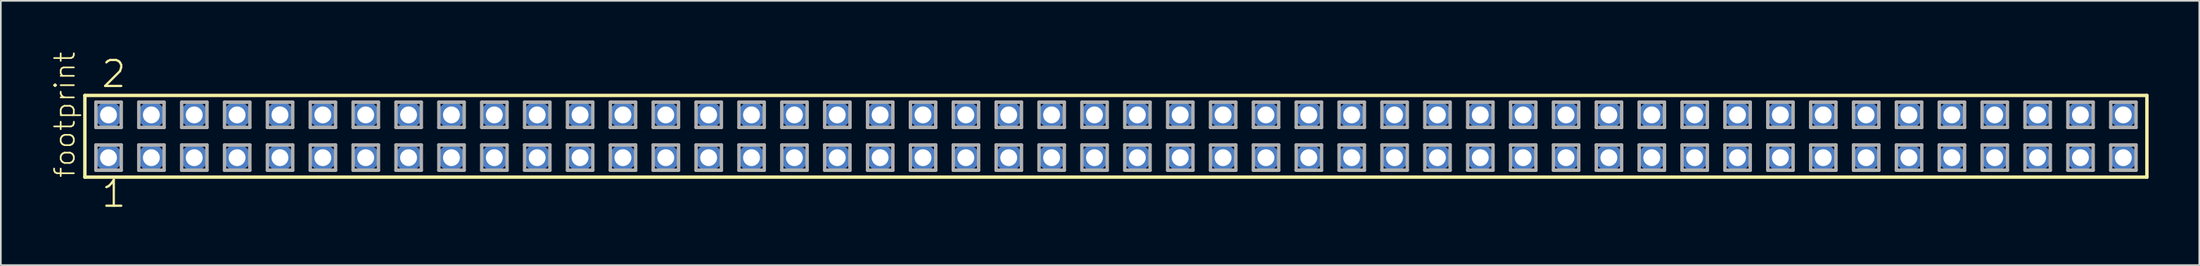
<source format=kicad_pcb>
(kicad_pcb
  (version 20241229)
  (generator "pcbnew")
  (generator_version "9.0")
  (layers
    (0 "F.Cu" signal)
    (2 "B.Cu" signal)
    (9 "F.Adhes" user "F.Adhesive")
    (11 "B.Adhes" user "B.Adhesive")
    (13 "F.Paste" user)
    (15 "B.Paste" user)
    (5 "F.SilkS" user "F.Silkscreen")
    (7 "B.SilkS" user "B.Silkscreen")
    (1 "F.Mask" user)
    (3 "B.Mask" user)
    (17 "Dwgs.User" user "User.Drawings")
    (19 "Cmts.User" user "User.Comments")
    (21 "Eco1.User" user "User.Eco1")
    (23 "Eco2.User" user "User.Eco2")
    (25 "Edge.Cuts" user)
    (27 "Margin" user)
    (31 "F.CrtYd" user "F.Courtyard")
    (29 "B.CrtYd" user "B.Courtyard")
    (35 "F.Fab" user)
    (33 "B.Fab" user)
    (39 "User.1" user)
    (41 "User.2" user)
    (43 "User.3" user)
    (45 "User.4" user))
  (footprint "footprint"
    (layer "F.Cu")
    (at 63.068 5.042)
    (property "Reference" "footprint" (at -61.595 2.54 90) (layer "F.SilkS") (effects (font (size 1.168 1.168) (thickness 0.102)) (justify left bottom)))
    (fp_line (start -61.089 -2.425) (end 61.089 -2.425) (stroke (width 0.203) (type solid)) (layer "F.SilkS"))
    (fp_line (start -61.089 2.425) (end -61.089 -2.425) (stroke (width 0.203) (type solid)) (layer "F.SilkS"))
    (fp_line (start 61.089 -2.425) (end 61.089 2.425) (stroke (width 0.203) (type solid)) (layer "F.SilkS"))
    (fp_line (start 61.089 2.425) (end -61.089 2.425) (stroke (width 0.203) (type solid)) (layer "F.SilkS"))
    (fp_line (start -60.435 -2.025) (end -58.935 -2.025) (stroke (width 0.203) (type solid)) (layer "F.Fab"))
    (fp_line (start -60.435 -0.525) (end -60.435 -2.025) (stroke (width 0.203) (type solid)) (layer "F.Fab"))
    (fp_line (start -60.435 0.515) (end -58.935 0.515) (stroke (width 0.203) (type solid)) (layer "F.Fab"))
    (fp_line (start -60.435 2.015) (end -60.435 0.515) (stroke (width 0.203) (type solid)) (layer "F.Fab"))
    (fp_line (start -58.935 -2.025) (end -58.935 -0.525) (stroke (width 0.203) (type solid)) (layer "F.Fab"))
    (fp_line (start -58.935 -0.525) (end -60.435 -0.525) (stroke (width 0.203) (type solid)) (layer "F.Fab"))
    (fp_line (start -58.935 0.515) (end -58.935 2.015) (stroke (width 0.203) (type solid)) (layer "F.Fab"))
    (fp_line (start -58.935 2.015) (end -60.435 2.015) (stroke (width 0.203) (type solid)) (layer "F.Fab"))
    (fp_line (start -57.895 -2.025) (end -56.395 -2.025) (stroke (width 0.203) (type solid)) (layer "F.Fab"))
    (fp_line (start -57.895 -0.525) (end -57.895 -2.025) (stroke (width 0.203) (type solid)) (layer "F.Fab"))
    (fp_line (start -57.895 0.515) (end -56.395 0.515) (stroke (width 0.203) (type solid)) (layer "F.Fab"))
    (fp_line (start -57.895 2.015) (end -57.895 0.515) (stroke (width 0.203) (type solid)) (layer "F.Fab"))
    (fp_line (start -56.395 -2.025) (end -56.395 -0.525) (stroke (width 0.203) (type solid)) (layer "F.Fab"))
    (fp_line (start -56.395 -0.525) (end -57.895 -0.525) (stroke (width 0.203) (type solid)) (layer "F.Fab"))
    (fp_line (start -56.395 0.515) (end -56.395 2.015) (stroke (width 0.203) (type solid)) (layer "F.Fab"))
    (fp_line (start -56.395 2.015) (end -57.895 2.015) (stroke (width 0.203) (type solid)) (layer "F.Fab"))
    (fp_line (start -55.355 -2.025) (end -53.855 -2.025) (stroke (width 0.203) (type solid)) (layer "F.Fab"))
    (fp_line (start -55.355 -0.525) (end -55.355 -2.025) (stroke (width 0.203) (type solid)) (layer "F.Fab"))
    (fp_line (start -55.355 0.515) (end -53.855 0.515) (stroke (width 0.203) (type solid)) (layer "F.Fab"))
    (fp_line (start -55.355 2.015) (end -55.355 0.515) (stroke (width 0.203) (type solid)) (layer "F.Fab"))
    (fp_line (start -53.855 -2.025) (end -53.855 -0.525) (stroke (width 0.203) (type solid)) (layer "F.Fab"))
    (fp_line (start -53.855 -0.525) (end -55.355 -0.525) (stroke (width 0.203) (type solid)) (layer "F.Fab"))
    (fp_line (start -53.855 0.515) (end -53.855 2.015) (stroke (width 0.203) (type solid)) (layer "F.Fab"))
    (fp_line (start -53.855 2.015) (end -55.355 2.015) (stroke (width 0.203) (type solid)) (layer "F.Fab"))
    (fp_line (start -52.815 -2.025) (end -51.315 -2.025) (stroke (width 0.203) (type solid)) (layer "F.Fab"))
    (fp_line (start -52.815 -0.525) (end -52.815 -2.025) (stroke (width 0.203) (type solid)) (layer "F.Fab"))
    (fp_line (start -52.815 0.515) (end -51.315 0.515) (stroke (width 0.203) (type solid)) (layer "F.Fab"))
    (fp_line (start -52.815 2.015) (end -52.815 0.515) (stroke (width 0.203) (type solid)) (layer "F.Fab"))
    (fp_line (start -51.315 -2.025) (end -51.315 -0.525) (stroke (width 0.203) (type solid)) (layer "F.Fab"))
    (fp_line (start -51.315 -0.525) (end -52.815 -0.525) (stroke (width 0.203) (type solid)) (layer "F.Fab"))
    (fp_line (start -51.315 0.515) (end -51.315 2.015) (stroke (width 0.203) (type solid)) (layer "F.Fab"))
    (fp_line (start -51.315 2.015) (end -52.815 2.015) (stroke (width 0.203) (type solid)) (layer "F.Fab"))
    (fp_line (start -50.275 -2.025) (end -48.775 -2.025) (stroke (width 0.203) (type solid)) (layer "F.Fab"))
    (fp_line (start -50.275 -0.525) (end -50.275 -2.025) (stroke (width 0.203) (type solid)) (layer "F.Fab"))
    (fp_line (start -50.275 0.515) (end -48.775 0.515) (stroke (width 0.203) (type solid)) (layer "F.Fab"))
    (fp_line (start -50.275 2.015) (end -50.275 0.515) (stroke (width 0.203) (type solid)) (layer "F.Fab"))
    (fp_line (start -48.775 -2.025) (end -48.775 -0.525) (stroke (width 0.203) (type solid)) (layer "F.Fab"))
    (fp_line (start -48.775 -0.525) (end -50.275 -0.525) (stroke (width 0.203) (type solid)) (layer "F.Fab"))
    (fp_line (start -48.775 0.515) (end -48.775 2.015) (stroke (width 0.203) (type solid)) (layer "F.Fab"))
    (fp_line (start -48.775 2.015) (end -50.275 2.015) (stroke (width 0.203) (type solid)) (layer "F.Fab"))
    (fp_line (start -47.735 -2.025) (end -46.235 -2.025) (stroke (width 0.203) (type solid)) (layer "F.Fab"))
    (fp_line (start -47.735 -0.525) (end -47.735 -2.025) (stroke (width 0.203) (type solid)) (layer "F.Fab"))
    (fp_line (start -47.735 0.515) (end -46.235 0.515) (stroke (width 0.203) (type solid)) (layer "F.Fab"))
    (fp_line (start -47.735 2.015) (end -47.735 0.515) (stroke (width 0.203) (type solid)) (layer "F.Fab"))
    (fp_line (start -46.235 -2.025) (end -46.235 -0.525) (stroke (width 0.203) (type solid)) (layer "F.Fab"))
    (fp_line (start -46.235 -0.525) (end -47.735 -0.525) (stroke (width 0.203) (type solid)) (layer "F.Fab"))
    (fp_line (start -46.235 0.515) (end -46.235 2.015) (stroke (width 0.203) (type solid)) (layer "F.Fab"))
    (fp_line (start -46.235 2.015) (end -47.735 2.015) (stroke (width 0.203) (type solid)) (layer "F.Fab"))
    (fp_line (start -45.195 -2.025) (end -43.695 -2.025) (stroke (width 0.203) (type solid)) (layer "F.Fab"))
    (fp_line (start -45.195 -0.525) (end -45.195 -2.025) (stroke (width 0.203) (type solid)) (layer "F.Fab"))
    (fp_line (start -45.195 0.515) (end -43.695 0.515) (stroke (width 0.203) (type solid)) (layer "F.Fab"))
    (fp_line (start -45.195 2.015) (end -45.195 0.515) (stroke (width 0.203) (type solid)) (layer "F.Fab"))
    (fp_line (start -43.695 -2.025) (end -43.695 -0.525) (stroke (width 0.203) (type solid)) (layer "F.Fab"))
    (fp_line (start -43.695 -0.525) (end -45.195 -0.525) (stroke (width 0.203) (type solid)) (layer "F.Fab"))
    (fp_line (start -43.695 0.515) (end -43.695 2.015) (stroke (width 0.203) (type solid)) (layer "F.Fab"))
    (fp_line (start -43.695 2.015) (end -45.195 2.015) (stroke (width 0.203) (type solid)) (layer "F.Fab"))
    (fp_line (start -42.655 -2.025) (end -41.155 -2.025) (stroke (width 0.203) (type solid)) (layer "F.Fab"))
    (fp_line (start -42.655 -0.525) (end -42.655 -2.025) (stroke (width 0.203) (type solid)) (layer "F.Fab"))
    (fp_line (start -42.655 0.515) (end -41.155 0.515) (stroke (width 0.203) (type solid)) (layer "F.Fab"))
    (fp_line (start -42.655 2.015) (end -42.655 0.515) (stroke (width 0.203) (type solid)) (layer "F.Fab"))
    (fp_line (start -41.155 -2.025) (end -41.155 -0.525) (stroke (width 0.203) (type solid)) (layer "F.Fab"))
    (fp_line (start -41.155 -0.525) (end -42.655 -0.525) (stroke (width 0.203) (type solid)) (layer "F.Fab"))
    (fp_line (start -41.155 0.515) (end -41.155 2.015) (stroke (width 0.203) (type solid)) (layer "F.Fab"))
    (fp_line (start -41.155 2.015) (end -42.655 2.015) (stroke (width 0.203) (type solid)) (layer "F.Fab"))
    (fp_line (start -40.115 -2.025) (end -38.615 -2.025) (stroke (width 0.203) (type solid)) (layer "F.Fab"))
    (fp_line (start -40.115 -0.525) (end -40.115 -2.025) (stroke (width 0.203) (type solid)) (layer "F.Fab"))
    (fp_line (start -40.115 0.515) (end -38.615 0.515) (stroke (width 0.203) (type solid)) (layer "F.Fab"))
    (fp_line (start -40.115 2.015) (end -40.115 0.515) (stroke (width 0.203) (type solid)) (layer "F.Fab"))
    (fp_line (start -38.615 -2.025) (end -38.615 -0.525) (stroke (width 0.203) (type solid)) (layer "F.Fab"))
    (fp_line (start -38.615 -0.525) (end -40.115 -0.525) (stroke (width 0.203) (type solid)) (layer "F.Fab"))
    (fp_line (start -38.615 0.515) (end -38.615 2.015) (stroke (width 0.203) (type solid)) (layer "F.Fab"))
    (fp_line (start -38.615 2.015) (end -40.115 2.015) (stroke (width 0.203) (type solid)) (layer "F.Fab"))
    (fp_line (start -37.575 -2.025) (end -36.075 -2.025) (stroke (width 0.203) (type solid)) (layer "F.Fab"))
    (fp_line (start -37.575 -0.525) (end -37.575 -2.025) (stroke (width 0.203) (type solid)) (layer "F.Fab"))
    (fp_line (start -37.575 0.515) (end -36.075 0.515) (stroke (width 0.203) (type solid)) (layer "F.Fab"))
    (fp_line (start -37.575 2.015) (end -37.575 0.515) (stroke (width 0.203) (type solid)) (layer "F.Fab"))
    (fp_line (start -36.075 -2.025) (end -36.075 -0.525) (stroke (width 0.203) (type solid)) (layer "F.Fab"))
    (fp_line (start -36.075 -0.525) (end -37.575 -0.525) (stroke (width 0.203) (type solid)) (layer "F.Fab"))
    (fp_line (start -36.075 0.515) (end -36.075 2.015) (stroke (width 0.203) (type solid)) (layer "F.Fab"))
    (fp_line (start -36.075 2.015) (end -37.575 2.015) (stroke (width 0.203) (type solid)) (layer "F.Fab"))
    (fp_line (start -35.035 -2.025) (end -33.535 -2.025) (stroke (width 0.203) (type solid)) (layer "F.Fab"))
    (fp_line (start -35.035 -0.525) (end -35.035 -2.025) (stroke (width 0.203) (type solid)) (layer "F.Fab"))
    (fp_line (start -35.035 0.515) (end -33.535 0.515) (stroke (width 0.203) (type solid)) (layer "F.Fab"))
    (fp_line (start -35.035 2.015) (end -35.035 0.515) (stroke (width 0.203) (type solid)) (layer "F.Fab"))
    (fp_line (start -33.535 -2.025) (end -33.535 -0.525) (stroke (width 0.203) (type solid)) (layer "F.Fab"))
    (fp_line (start -33.535 -0.525) (end -35.035 -0.525) (stroke (width 0.203) (type solid)) (layer "F.Fab"))
    (fp_line (start -33.535 0.515) (end -33.535 2.015) (stroke (width 0.203) (type solid)) (layer "F.Fab"))
    (fp_line (start -33.535 2.015) (end -35.035 2.015) (stroke (width 0.203) (type solid)) (layer "F.Fab"))
    (fp_line (start -32.495 -2.025) (end -30.995 -2.025) (stroke (width 0.203) (type solid)) (layer "F.Fab"))
    (fp_line (start -32.495 -0.525) (end -32.495 -2.025) (stroke (width 0.203) (type solid)) (layer "F.Fab"))
    (fp_line (start -32.495 0.515) (end -30.995 0.515) (stroke (width 0.203) (type solid)) (layer "F.Fab"))
    (fp_line (start -32.495 2.015) (end -32.495 0.515) (stroke (width 0.203) (type solid)) (layer "F.Fab"))
    (fp_line (start -30.995 -2.025) (end -30.995 -0.525) (stroke (width 0.203) (type solid)) (layer "F.Fab"))
    (fp_line (start -30.995 -0.525) (end -32.495 -0.525) (stroke (width 0.203) (type solid)) (layer "F.Fab"))
    (fp_line (start -30.995 0.515) (end -30.995 2.015) (stroke (width 0.203) (type solid)) (layer "F.Fab"))
    (fp_line (start -30.995 2.015) (end -32.495 2.015) (stroke (width 0.203) (type solid)) (layer "F.Fab"))
    (fp_line (start -29.955 -2.025) (end -28.455 -2.025) (stroke (width 0.203) (type solid)) (layer "F.Fab"))
    (fp_line (start -29.955 -0.525) (end -29.955 -2.025) (stroke (width 0.203) (type solid)) (layer "F.Fab"))
    (fp_line (start -29.955 0.515) (end -28.455 0.515) (stroke (width 0.203) (type solid)) (layer "F.Fab"))
    (fp_line (start -29.955 2.015) (end -29.955 0.515) (stroke (width 0.203) (type solid)) (layer "F.Fab"))
    (fp_line (start -28.455 -2.025) (end -28.455 -0.525) (stroke (width 0.203) (type solid)) (layer "F.Fab"))
    (fp_line (start -28.455 -0.525) (end -29.955 -0.525) (stroke (width 0.203) (type solid)) (layer "F.Fab"))
    (fp_line (start -28.455 0.515) (end -28.455 2.015) (stroke (width 0.203) (type solid)) (layer "F.Fab"))
    (fp_line (start -28.455 2.015) (end -29.955 2.015) (stroke (width 0.203) (type solid)) (layer "F.Fab"))
    (fp_line (start -27.415 -2.025) (end -25.915 -2.025) (stroke (width 0.203) (type solid)) (layer "F.Fab"))
    (fp_line (start -27.415 -0.525) (end -27.415 -2.025) (stroke (width 0.203) (type solid)) (layer "F.Fab"))
    (fp_line (start -27.415 0.515) (end -25.915 0.515) (stroke (width 0.203) (type solid)) (layer "F.Fab"))
    (fp_line (start -27.415 2.015) (end -27.415 0.515) (stroke (width 0.203) (type solid)) (layer "F.Fab"))
    (fp_line (start -25.915 -2.025) (end -25.915 -0.525) (stroke (width 0.203) (type solid)) (layer "F.Fab"))
    (fp_line (start -25.915 -0.525) (end -27.415 -0.525) (stroke (width 0.203) (type solid)) (layer "F.Fab"))
    (fp_line (start -25.915 0.515) (end -25.915 2.015) (stroke (width 0.203) (type solid)) (layer "F.Fab"))
    (fp_line (start -25.915 2.015) (end -27.415 2.015) (stroke (width 0.203) (type solid)) (layer "F.Fab"))
    (fp_line (start -24.875 -2.025) (end -23.375 -2.025) (stroke (width 0.203) (type solid)) (layer "F.Fab"))
    (fp_line (start -24.875 -0.525) (end -24.875 -2.025) (stroke (width 0.203) (type solid)) (layer "F.Fab"))
    (fp_line (start -24.875 0.515) (end -23.375 0.515) (stroke (width 0.203) (type solid)) (layer "F.Fab"))
    (fp_line (start -24.875 2.015) (end -24.875 0.515) (stroke (width 0.203) (type solid)) (layer "F.Fab"))
    (fp_line (start -23.375 -2.025) (end -23.375 -0.525) (stroke (width 0.203) (type solid)) (layer "F.Fab"))
    (fp_line (start -23.375 -0.525) (end -24.875 -0.525) (stroke (width 0.203) (type solid)) (layer "F.Fab"))
    (fp_line (start -23.375 0.515) (end -23.375 2.015) (stroke (width 0.203) (type solid)) (layer "F.Fab"))
    (fp_line (start -23.375 2.015) (end -24.875 2.015) (stroke (width 0.203) (type solid)) (layer "F.Fab"))
    (fp_line (start -22.335 -2.025) (end -20.835 -2.025) (stroke (width 0.203) (type solid)) (layer "F.Fab"))
    (fp_line (start -22.335 -0.525) (end -22.335 -2.025) (stroke (width 0.203) (type solid)) (layer "F.Fab"))
    (fp_line (start -22.335 0.515) (end -20.835 0.515) (stroke (width 0.203) (type solid)) (layer "F.Fab"))
    (fp_line (start -22.335 2.015) (end -22.335 0.515) (stroke (width 0.203) (type solid)) (layer "F.Fab"))
    (fp_line (start -20.835 -2.025) (end -20.835 -0.525) (stroke (width 0.203) (type solid)) (layer "F.Fab"))
    (fp_line (start -20.835 -0.525) (end -22.335 -0.525) (stroke (width 0.203) (type solid)) (layer "F.Fab"))
    (fp_line (start -20.835 0.515) (end -20.835 2.015) (stroke (width 0.203) (type solid)) (layer "F.Fab"))
    (fp_line (start -20.835 2.015) (end -22.335 2.015) (stroke (width 0.203) (type solid)) (layer "F.Fab"))
    (fp_line (start -19.795 -2.025) (end -18.295 -2.025) (stroke (width 0.203) (type solid)) (layer "F.Fab"))
    (fp_line (start -19.795 -0.525) (end -19.795 -2.025) (stroke (width 0.203) (type solid)) (layer "F.Fab"))
    (fp_line (start -19.795 0.515) (end -18.295 0.515) (stroke (width 0.203) (type solid)) (layer "F.Fab"))
    (fp_line (start -19.795 2.015) (end -19.795 0.515) (stroke (width 0.203) (type solid)) (layer "F.Fab"))
    (fp_line (start -18.295 -2.025) (end -18.295 -0.525) (stroke (width 0.203) (type solid)) (layer "F.Fab"))
    (fp_line (start -18.295 -0.525) (end -19.795 -0.525) (stroke (width 0.203) (type solid)) (layer "F.Fab"))
    (fp_line (start -18.295 0.515) (end -18.295 2.015) (stroke (width 0.203) (type solid)) (layer "F.Fab"))
    (fp_line (start -18.295 2.015) (end -19.795 2.015) (stroke (width 0.203) (type solid)) (layer "F.Fab"))
    (fp_line (start -17.255 -2.025) (end -15.755 -2.025) (stroke (width 0.203) (type solid)) (layer "F.Fab"))
    (fp_line (start -17.255 -0.525) (end -17.255 -2.025) (stroke (width 0.203) (type solid)) (layer "F.Fab"))
    (fp_line (start -17.255 0.515) (end -15.755 0.515) (stroke (width 0.203) (type solid)) (layer "F.Fab"))
    (fp_line (start -17.255 2.015) (end -17.255 0.515) (stroke (width 0.203) (type solid)) (layer "F.Fab"))
    (fp_line (start -15.755 -2.025) (end -15.755 -0.525) (stroke (width 0.203) (type solid)) (layer "F.Fab"))
    (fp_line (start -15.755 -0.525) (end -17.255 -0.525) (stroke (width 0.203) (type solid)) (layer "F.Fab"))
    (fp_line (start -15.755 0.515) (end -15.755 2.015) (stroke (width 0.203) (type solid)) (layer "F.Fab"))
    (fp_line (start -15.755 2.015) (end -17.255 2.015) (stroke (width 0.203) (type solid)) (layer "F.Fab"))
    (fp_line (start -14.715 -2.025) (end -13.215 -2.025) (stroke (width 0.203) (type solid)) (layer "F.Fab"))
    (fp_line (start -14.715 -0.525) (end -14.715 -2.025) (stroke (width 0.203) (type solid)) (layer "F.Fab"))
    (fp_line (start -14.715 0.515) (end -13.215 0.515) (stroke (width 0.203) (type solid)) (layer "F.Fab"))
    (fp_line (start -14.715 2.015) (end -14.715 0.515) (stroke (width 0.203) (type solid)) (layer "F.Fab"))
    (fp_line (start -13.215 -2.025) (end -13.215 -0.525) (stroke (width 0.203) (type solid)) (layer "F.Fab"))
    (fp_line (start -13.215 -0.525) (end -14.715 -0.525) (stroke (width 0.203) (type solid)) (layer "F.Fab"))
    (fp_line (start -13.215 0.515) (end -13.215 2.015) (stroke (width 0.203) (type solid)) (layer "F.Fab"))
    (fp_line (start -13.215 2.015) (end -14.715 2.015) (stroke (width 0.203) (type solid)) (layer "F.Fab"))
    (fp_line (start -12.175 -2.025) (end -10.675 -2.025) (stroke (width 0.203) (type solid)) (layer "F.Fab"))
    (fp_line (start -12.175 -0.525) (end -12.175 -2.025) (stroke (width 0.203) (type solid)) (layer "F.Fab"))
    (fp_line (start -12.175 0.515) (end -10.675 0.515) (stroke (width 0.203) (type solid)) (layer "F.Fab"))
    (fp_line (start -12.175 2.015) (end -12.175 0.515) (stroke (width 0.203) (type solid)) (layer "F.Fab"))
    (fp_line (start -10.675 -2.025) (end -10.675 -0.525) (stroke (width 0.203) (type solid)) (layer "F.Fab"))
    (fp_line (start -10.675 -0.525) (end -12.175 -0.525) (stroke (width 0.203) (type solid)) (layer "F.Fab"))
    (fp_line (start -10.675 0.515) (end -10.675 2.015) (stroke (width 0.203) (type solid)) (layer "F.Fab"))
    (fp_line (start -10.675 2.015) (end -12.175 2.015) (stroke (width 0.203) (type solid)) (layer "F.Fab"))
    (fp_line (start -9.635 -2.025) (end -8.135 -2.025) (stroke (width 0.203) (type solid)) (layer "F.Fab"))
    (fp_line (start -9.635 -0.525) (end -9.635 -2.025) (stroke (width 0.203) (type solid)) (layer "F.Fab"))
    (fp_line (start -9.635 0.515) (end -8.135 0.515) (stroke (width 0.203) (type solid)) (layer "F.Fab"))
    (fp_line (start -9.635 2.015) (end -9.635 0.515) (stroke (width 0.203) (type solid)) (layer "F.Fab"))
    (fp_line (start -8.135 -2.025) (end -8.135 -0.525) (stroke (width 0.203) (type solid)) (layer "F.Fab"))
    (fp_line (start -8.135 -0.525) (end -9.635 -0.525) (stroke (width 0.203) (type solid)) (layer "F.Fab"))
    (fp_line (start -8.135 0.515) (end -8.135 2.015) (stroke (width 0.203) (type solid)) (layer "F.Fab"))
    (fp_line (start -8.135 2.015) (end -9.635 2.015) (stroke (width 0.203) (type solid)) (layer "F.Fab"))
    (fp_line (start -7.095 -2.025) (end -5.595 -2.025) (stroke (width 0.203) (type solid)) (layer "F.Fab"))
    (fp_line (start -7.095 -0.525) (end -7.095 -2.025) (stroke (width 0.203) (type solid)) (layer "F.Fab"))
    (fp_line (start -7.095 0.515) (end -5.595 0.515) (stroke (width 0.203) (type solid)) (layer "F.Fab"))
    (fp_line (start -7.095 2.015) (end -7.095 0.515) (stroke (width 0.203) (type solid)) (layer "F.Fab"))
    (fp_line (start -5.595 -2.025) (end -5.595 -0.525) (stroke (width 0.203) (type solid)) (layer "F.Fab"))
    (fp_line (start -5.595 -0.525) (end -7.095 -0.525) (stroke (width 0.203) (type solid)) (layer "F.Fab"))
    (fp_line (start -5.595 0.515) (end -5.595 2.015) (stroke (width 0.203) (type solid)) (layer "F.Fab"))
    (fp_line (start -5.595 2.015) (end -7.095 2.015) (stroke (width 0.203) (type solid)) (layer "F.Fab"))
    (fp_line (start -4.555 -2.025) (end -3.055 -2.025) (stroke (width 0.203) (type solid)) (layer "F.Fab"))
    (fp_line (start -4.555 -0.525) (end -4.555 -2.025) (stroke (width 0.203) (type solid)) (layer "F.Fab"))
    (fp_line (start -4.555 0.515) (end -3.055 0.515) (stroke (width 0.203) (type solid)) (layer "F.Fab"))
    (fp_line (start -4.555 2.015) (end -4.555 0.515) (stroke (width 0.203) (type solid)) (layer "F.Fab"))
    (fp_line (start -3.055 -2.025) (end -3.055 -0.525) (stroke (width 0.203) (type solid)) (layer "F.Fab"))
    (fp_line (start -3.055 -0.525) (end -4.555 -0.525) (stroke (width 0.203) (type solid)) (layer "F.Fab"))
    (fp_line (start -3.055 0.515) (end -3.055 2.015) (stroke (width 0.203) (type solid)) (layer "F.Fab"))
    (fp_line (start -3.055 2.015) (end -4.555 2.015) (stroke (width 0.203) (type solid)) (layer "F.Fab"))
    (fp_line (start -2.015 -2.025) (end -0.515 -2.025) (stroke (width 0.203) (type solid)) (layer "F.Fab"))
    (fp_line (start -2.015 -0.525) (end -2.015 -2.025) (stroke (width 0.203) (type solid)) (layer "F.Fab"))
    (fp_line (start -2.015 0.515) (end -0.515 0.515) (stroke (width 0.203) (type solid)) (layer "F.Fab"))
    (fp_line (start -2.015 2.015) (end -2.015 0.515) (stroke (width 0.203) (type solid)) (layer "F.Fab"))
    (fp_line (start -0.515 -2.025) (end -0.515 -0.525) (stroke (width 0.203) (type solid)) (layer "F.Fab"))
    (fp_line (start -0.515 -0.525) (end -2.015 -0.525) (stroke (width 0.203) (type solid)) (layer "F.Fab"))
    (fp_line (start -0.515 0.515) (end -0.515 2.015) (stroke (width 0.203) (type solid)) (layer "F.Fab"))
    (fp_line (start -0.515 2.015) (end -2.015 2.015) (stroke (width 0.203) (type solid)) (layer "F.Fab"))
    (fp_line (start 0.525 -2.025) (end 2.025 -2.025) (stroke (width 0.203) (type solid)) (layer "F.Fab"))
    (fp_line (start 0.525 -0.525) (end 0.525 -2.025) (stroke (width 0.203) (type solid)) (layer "F.Fab"))
    (fp_line (start 0.525 0.515) (end 2.025 0.515) (stroke (width 0.203) (type solid)) (layer "F.Fab"))
    (fp_line (start 0.525 2.015) (end 0.525 0.515) (stroke (width 0.203) (type solid)) (layer "F.Fab"))
    (fp_line (start 2.025 -2.025) (end 2.025 -0.525) (stroke (width 0.203) (type solid)) (layer "F.Fab"))
    (fp_line (start 2.025 -0.525) (end 0.525 -0.525) (stroke (width 0.203) (type solid)) (layer "F.Fab"))
    (fp_line (start 2.025 0.515) (end 2.025 2.015) (stroke (width 0.203) (type solid)) (layer "F.Fab"))
    (fp_line (start 2.025 2.015) (end 0.525 2.015) (stroke (width 0.203) (type solid)) (layer "F.Fab"))
    (fp_line (start 3.065 -2.025) (end 4.565 -2.025) (stroke (width 0.203) (type solid)) (layer "F.Fab"))
    (fp_line (start 3.065 -0.525) (end 3.065 -2.025) (stroke (width 0.203) (type solid)) (layer "F.Fab"))
    (fp_line (start 3.065 0.515) (end 4.565 0.515) (stroke (width 0.203) (type solid)) (layer "F.Fab"))
    (fp_line (start 3.065 2.015) (end 3.065 0.515) (stroke (width 0.203) (type solid)) (layer "F.Fab"))
    (fp_line (start 4.565 -2.025) (end 4.565 -0.525) (stroke (width 0.203) (type solid)) (layer "F.Fab"))
    (fp_line (start 4.565 -0.525) (end 3.065 -0.525) (stroke (width 0.203) (type solid)) (layer "F.Fab"))
    (fp_line (start 4.565 0.515) (end 4.565 2.015) (stroke (width 0.203) (type solid)) (layer "F.Fab"))
    (fp_line (start 4.565 2.015) (end 3.065 2.015) (stroke (width 0.203) (type solid)) (layer "F.Fab"))
    (fp_line (start 5.605 -2.025) (end 7.105 -2.025) (stroke (width 0.203) (type solid)) (layer "F.Fab"))
    (fp_line (start 5.605 -0.525) (end 5.605 -2.025) (stroke (width 0.203) (type solid)) (layer "F.Fab"))
    (fp_line (start 5.605 0.515) (end 7.105 0.515) (stroke (width 0.203) (type solid)) (layer "F.Fab"))
    (fp_line (start 5.605 2.015) (end 5.605 0.515) (stroke (width 0.203) (type solid)) (layer "F.Fab"))
    (fp_line (start 7.105 -2.025) (end 7.105 -0.525) (stroke (width 0.203) (type solid)) (layer "F.Fab"))
    (fp_line (start 7.105 -0.525) (end 5.605 -0.525) (stroke (width 0.203) (type solid)) (layer "F.Fab"))
    (fp_line (start 7.105 0.515) (end 7.105 2.015) (stroke (width 0.203) (type solid)) (layer "F.Fab"))
    (fp_line (start 7.105 2.015) (end 5.605 2.015) (stroke (width 0.203) (type solid)) (layer "F.Fab"))
    (fp_line (start 8.145 -2.025) (end 9.645 -2.025) (stroke (width 0.203) (type solid)) (layer "F.Fab"))
    (fp_line (start 8.145 -0.525) (end 8.145 -2.025) (stroke (width 0.203) (type solid)) (layer "F.Fab"))
    (fp_line (start 8.145 0.515) (end 9.645 0.515) (stroke (width 0.203) (type solid)) (layer "F.Fab"))
    (fp_line (start 8.145 2.015) (end 8.145 0.515) (stroke (width 0.203) (type solid)) (layer "F.Fab"))
    (fp_line (start 9.645 -2.025) (end 9.645 -0.525) (stroke (width 0.203) (type solid)) (layer "F.Fab"))
    (fp_line (start 9.645 -0.525) (end 8.145 -0.525) (stroke (width 0.203) (type solid)) (layer "F.Fab"))
    (fp_line (start 9.645 0.515) (end 9.645 2.015) (stroke (width 0.203) (type solid)) (layer "F.Fab"))
    (fp_line (start 9.645 2.015) (end 8.145 2.015) (stroke (width 0.203) (type solid)) (layer "F.Fab"))
    (fp_line (start 10.685 -2.025) (end 12.185 -2.025) (stroke (width 0.203) (type solid)) (layer "F.Fab"))
    (fp_line (start 10.685 -0.525) (end 10.685 -2.025) (stroke (width 0.203) (type solid)) (layer "F.Fab"))
    (fp_line (start 10.685 0.515) (end 12.185 0.515) (stroke (width 0.203) (type solid)) (layer "F.Fab"))
    (fp_line (start 10.685 2.015) (end 10.685 0.515) (stroke (width 0.203) (type solid)) (layer "F.Fab"))
    (fp_line (start 12.185 -2.025) (end 12.185 -0.525) (stroke (width 0.203) (type solid)) (layer "F.Fab"))
    (fp_line (start 12.185 -0.525) (end 10.685 -0.525) (stroke (width 0.203) (type solid)) (layer "F.Fab"))
    (fp_line (start 12.185 0.515) (end 12.185 2.015) (stroke (width 0.203) (type solid)) (layer "F.Fab"))
    (fp_line (start 12.185 2.015) (end 10.685 2.015) (stroke (width 0.203) (type solid)) (layer "F.Fab"))
    (fp_line (start 13.225 -2.025) (end 14.725 -2.025) (stroke (width 0.203) (type solid)) (layer "F.Fab"))
    (fp_line (start 13.225 -0.525) (end 13.225 -2.025) (stroke (width 0.203) (type solid)) (layer "F.Fab"))
    (fp_line (start 13.225 0.515) (end 14.725 0.515) (stroke (width 0.203) (type solid)) (layer "F.Fab"))
    (fp_line (start 13.225 2.015) (end 13.225 0.515) (stroke (width 0.203) (type solid)) (layer "F.Fab"))
    (fp_line (start 14.725 -2.025) (end 14.725 -0.525) (stroke (width 0.203) (type solid)) (layer "F.Fab"))
    (fp_line (start 14.725 -0.525) (end 13.225 -0.525) (stroke (width 0.203) (type solid)) (layer "F.Fab"))
    (fp_line (start 14.725 0.515) (end 14.725 2.015) (stroke (width 0.203) (type solid)) (layer "F.Fab"))
    (fp_line (start 14.725 2.015) (end 13.225 2.015) (stroke (width 0.203) (type solid)) (layer "F.Fab"))
    (fp_line (start 15.765 -2.025) (end 17.265 -2.025) (stroke (width 0.203) (type solid)) (layer "F.Fab"))
    (fp_line (start 15.765 -0.525) (end 15.765 -2.025) (stroke (width 0.203) (type solid)) (layer "F.Fab"))
    (fp_line (start 15.765 0.515) (end 17.265 0.515) (stroke (width 0.203) (type solid)) (layer "F.Fab"))
    (fp_line (start 15.765 2.015) (end 15.765 0.515) (stroke (width 0.203) (type solid)) (layer "F.Fab"))
    (fp_line (start 17.265 -2.025) (end 17.265 -0.525) (stroke (width 0.203) (type solid)) (layer "F.Fab"))
    (fp_line (start 17.265 -0.525) (end 15.765 -0.525) (stroke (width 0.203) (type solid)) (layer "F.Fab"))
    (fp_line (start 17.265 0.515) (end 17.265 2.015) (stroke (width 0.203) (type solid)) (layer "F.Fab"))
    (fp_line (start 17.265 2.015) (end 15.765 2.015) (stroke (width 0.203) (type solid)) (layer "F.Fab"))
    (fp_line (start 18.305 -2.025) (end 19.805 -2.025) (stroke (width 0.203) (type solid)) (layer "F.Fab"))
    (fp_line (start 18.305 -0.525) (end 18.305 -2.025) (stroke (width 0.203) (type solid)) (layer "F.Fab"))
    (fp_line (start 18.305 0.515) (end 19.805 0.515) (stroke (width 0.203) (type solid)) (layer "F.Fab"))
    (fp_line (start 18.305 2.015) (end 18.305 0.515) (stroke (width 0.203) (type solid)) (layer "F.Fab"))
    (fp_line (start 19.805 -2.025) (end 19.805 -0.525) (stroke (width 0.203) (type solid)) (layer "F.Fab"))
    (fp_line (start 19.805 -0.525) (end 18.305 -0.525) (stroke (width 0.203) (type solid)) (layer "F.Fab"))
    (fp_line (start 19.805 0.515) (end 19.805 2.015) (stroke (width 0.203) (type solid)) (layer "F.Fab"))
    (fp_line (start 19.805 2.015) (end 18.305 2.015) (stroke (width 0.203) (type solid)) (layer "F.Fab"))
    (fp_line (start 20.845 -2.025) (end 22.345 -2.025) (stroke (width 0.203) (type solid)) (layer "F.Fab"))
    (fp_line (start 20.845 -0.525) (end 20.845 -2.025) (stroke (width 0.203) (type solid)) (layer "F.Fab"))
    (fp_line (start 20.845 0.515) (end 22.345 0.515) (stroke (width 0.203) (type solid)) (layer "F.Fab"))
    (fp_line (start 20.845 2.015) (end 20.845 0.515) (stroke (width 0.203) (type solid)) (layer "F.Fab"))
    (fp_line (start 22.345 -2.025) (end 22.345 -0.525) (stroke (width 0.203) (type solid)) (layer "F.Fab"))
    (fp_line (start 22.345 -0.525) (end 20.845 -0.525) (stroke (width 0.203) (type solid)) (layer "F.Fab"))
    (fp_line (start 22.345 0.515) (end 22.345 2.015) (stroke (width 0.203) (type solid)) (layer "F.Fab"))
    (fp_line (start 22.345 2.015) (end 20.845 2.015) (stroke (width 0.203) (type solid)) (layer "F.Fab"))
    (fp_line (start 23.385 -2.025) (end 24.885 -2.025) (stroke (width 0.203) (type solid)) (layer "F.Fab"))
    (fp_line (start 23.385 -0.525) (end 23.385 -2.025) (stroke (width 0.203) (type solid)) (layer "F.Fab"))
    (fp_line (start 23.385 0.515) (end 24.885 0.515) (stroke (width 0.203) (type solid)) (layer "F.Fab"))
    (fp_line (start 23.385 2.015) (end 23.385 0.515) (stroke (width 0.203) (type solid)) (layer "F.Fab"))
    (fp_line (start 24.885 -2.025) (end 24.885 -0.525) (stroke (width 0.203) (type solid)) (layer "F.Fab"))
    (fp_line (start 24.885 -0.525) (end 23.385 -0.525) (stroke (width 0.203) (type solid)) (layer "F.Fab"))
    (fp_line (start 24.885 0.515) (end 24.885 2.015) (stroke (width 0.203) (type solid)) (layer "F.Fab"))
    (fp_line (start 24.885 2.015) (end 23.385 2.015) (stroke (width 0.203) (type solid)) (layer "F.Fab"))
    (fp_line (start 25.925 -2.025) (end 27.425 -2.025) (stroke (width 0.203) (type solid)) (layer "F.Fab"))
    (fp_line (start 25.925 -0.525) (end 25.925 -2.025) (stroke (width 0.203) (type solid)) (layer "F.Fab"))
    (fp_line (start 25.925 0.515) (end 27.425 0.515) (stroke (width 0.203) (type solid)) (layer "F.Fab"))
    (fp_line (start 25.925 2.015) (end 25.925 0.515) (stroke (width 0.203) (type solid)) (layer "F.Fab"))
    (fp_line (start 27.425 -2.025) (end 27.425 -0.525) (stroke (width 0.203) (type solid)) (layer "F.Fab"))
    (fp_line (start 27.425 -0.525) (end 25.925 -0.525) (stroke (width 0.203) (type solid)) (layer "F.Fab"))
    (fp_line (start 27.425 0.515) (end 27.425 2.015) (stroke (width 0.203) (type solid)) (layer "F.Fab"))
    (fp_line (start 27.425 2.015) (end 25.925 2.015) (stroke (width 0.203) (type solid)) (layer "F.Fab"))
    (fp_line (start 28.465 -2.025) (end 29.965 -2.025) (stroke (width 0.203) (type solid)) (layer "F.Fab"))
    (fp_line (start 28.465 -0.525) (end 28.465 -2.025) (stroke (width 0.203) (type solid)) (layer "F.Fab"))
    (fp_line (start 28.465 0.515) (end 29.965 0.515) (stroke (width 0.203) (type solid)) (layer "F.Fab"))
    (fp_line (start 28.465 2.015) (end 28.465 0.515) (stroke (width 0.203) (type solid)) (layer "F.Fab"))
    (fp_line (start 29.965 -2.025) (end 29.965 -0.525) (stroke (width 0.203) (type solid)) (layer "F.Fab"))
    (fp_line (start 29.965 -0.525) (end 28.465 -0.525) (stroke (width 0.203) (type solid)) (layer "F.Fab"))
    (fp_line (start 29.965 0.515) (end 29.965 2.015) (stroke (width 0.203) (type solid)) (layer "F.Fab"))
    (fp_line (start 29.965 2.015) (end 28.465 2.015) (stroke (width 0.203) (type solid)) (layer "F.Fab"))
    (fp_line (start 31.005 -2.025) (end 32.505 -2.025) (stroke (width 0.203) (type solid)) (layer "F.Fab"))
    (fp_line (start 31.005 -0.525) (end 31.005 -2.025) (stroke (width 0.203) (type solid)) (layer "F.Fab"))
    (fp_line (start 31.005 0.515) (end 32.505 0.515) (stroke (width 0.203) (type solid)) (layer "F.Fab"))
    (fp_line (start 31.005 2.015) (end 31.005 0.515) (stroke (width 0.203) (type solid)) (layer "F.Fab"))
    (fp_line (start 32.505 -2.025) (end 32.505 -0.525) (stroke (width 0.203) (type solid)) (layer "F.Fab"))
    (fp_line (start 32.505 -0.525) (end 31.005 -0.525) (stroke (width 0.203) (type solid)) (layer "F.Fab"))
    (fp_line (start 32.505 0.515) (end 32.505 2.015) (stroke (width 0.203) (type solid)) (layer "F.Fab"))
    (fp_line (start 32.505 2.015) (end 31.005 2.015) (stroke (width 0.203) (type solid)) (layer "F.Fab"))
    (fp_line (start 33.545 -2.025) (end 35.045 -2.025) (stroke (width 0.203) (type solid)) (layer "F.Fab"))
    (fp_line (start 33.545 -0.525) (end 33.545 -2.025) (stroke (width 0.203) (type solid)) (layer "F.Fab"))
    (fp_line (start 33.545 0.515) (end 35.045 0.515) (stroke (width 0.203) (type solid)) (layer "F.Fab"))
    (fp_line (start 33.545 2.015) (end 33.545 0.515) (stroke (width 0.203) (type solid)) (layer "F.Fab"))
    (fp_line (start 35.045 -2.025) (end 35.045 -0.525) (stroke (width 0.203) (type solid)) (layer "F.Fab"))
    (fp_line (start 35.045 -0.525) (end 33.545 -0.525) (stroke (width 0.203) (type solid)) (layer "F.Fab"))
    (fp_line (start 35.045 0.515) (end 35.045 2.015) (stroke (width 0.203) (type solid)) (layer "F.Fab"))
    (fp_line (start 35.045 2.015) (end 33.545 2.015) (stroke (width 0.203) (type solid)) (layer "F.Fab"))
    (fp_line (start 36.085 -2.025) (end 37.585 -2.025) (stroke (width 0.203) (type solid)) (layer "F.Fab"))
    (fp_line (start 36.085 -0.525) (end 36.085 -2.025) (stroke (width 0.203) (type solid)) (layer "F.Fab"))
    (fp_line (start 36.085 0.515) (end 37.585 0.515) (stroke (width 0.203) (type solid)) (layer "F.Fab"))
    (fp_line (start 36.085 2.015) (end 36.085 0.515) (stroke (width 0.203) (type solid)) (layer "F.Fab"))
    (fp_line (start 37.585 -2.025) (end 37.585 -0.525) (stroke (width 0.203) (type solid)) (layer "F.Fab"))
    (fp_line (start 37.585 -0.525) (end 36.085 -0.525) (stroke (width 0.203) (type solid)) (layer "F.Fab"))
    (fp_line (start 37.585 0.515) (end 37.585 2.015) (stroke (width 0.203) (type solid)) (layer "F.Fab"))
    (fp_line (start 37.585 2.015) (end 36.085 2.015) (stroke (width 0.203) (type solid)) (layer "F.Fab"))
    (fp_line (start 38.625 -2.025) (end 40.125 -2.025) (stroke (width 0.203) (type solid)) (layer "F.Fab"))
    (fp_line (start 38.625 -0.525) (end 38.625 -2.025) (stroke (width 0.203) (type solid)) (layer "F.Fab"))
    (fp_line (start 38.625 0.515) (end 40.125 0.515) (stroke (width 0.203) (type solid)) (layer "F.Fab"))
    (fp_line (start 38.625 2.015) (end 38.625 0.515) (stroke (width 0.203) (type solid)) (layer "F.Fab"))
    (fp_line (start 40.125 -2.025) (end 40.125 -0.525) (stroke (width 0.203) (type solid)) (layer "F.Fab"))
    (fp_line (start 40.125 -0.525) (end 38.625 -0.525) (stroke (width 0.203) (type solid)) (layer "F.Fab"))
    (fp_line (start 40.125 0.515) (end 40.125 2.015) (stroke (width 0.203) (type solid)) (layer "F.Fab"))
    (fp_line (start 40.125 2.015) (end 38.625 2.015) (stroke (width 0.203) (type solid)) (layer "F.Fab"))
    (fp_line (start 41.165 -2.025) (end 42.665 -2.025) (stroke (width 0.203) (type solid)) (layer "F.Fab"))
    (fp_line (start 41.165 -0.525) (end 41.165 -2.025) (stroke (width 0.203) (type solid)) (layer "F.Fab"))
    (fp_line (start 41.165 0.515) (end 42.665 0.515) (stroke (width 0.203) (type solid)) (layer "F.Fab"))
    (fp_line (start 41.165 2.015) (end 41.165 0.515) (stroke (width 0.203) (type solid)) (layer "F.Fab"))
    (fp_line (start 42.665 -2.025) (end 42.665 -0.525) (stroke (width 0.203) (type solid)) (layer "F.Fab"))
    (fp_line (start 42.665 -0.525) (end 41.165 -0.525) (stroke (width 0.203) (type solid)) (layer "F.Fab"))
    (fp_line (start 42.665 0.515) (end 42.665 2.015) (stroke (width 0.203) (type solid)) (layer "F.Fab"))
    (fp_line (start 42.665 2.015) (end 41.165 2.015) (stroke (width 0.203) (type solid)) (layer "F.Fab"))
    (fp_line (start 43.705 -2.025) (end 45.205 -2.025) (stroke (width 0.203) (type solid)) (layer "F.Fab"))
    (fp_line (start 43.705 -0.525) (end 43.705 -2.025) (stroke (width 0.203) (type solid)) (layer "F.Fab"))
    (fp_line (start 43.705 0.515) (end 45.205 0.515) (stroke (width 0.203) (type solid)) (layer "F.Fab"))
    (fp_line (start 43.705 2.015) (end 43.705 0.515) (stroke (width 0.203) (type solid)) (layer "F.Fab"))
    (fp_line (start 45.205 -2.025) (end 45.205 -0.525) (stroke (width 0.203) (type solid)) (layer "F.Fab"))
    (fp_line (start 45.205 -0.525) (end 43.705 -0.525) (stroke (width 0.203) (type solid)) (layer "F.Fab"))
    (fp_line (start 45.205 0.515) (end 45.205 2.015) (stroke (width 0.203) (type solid)) (layer "F.Fab"))
    (fp_line (start 45.205 2.015) (end 43.705 2.015) (stroke (width 0.203) (type solid)) (layer "F.Fab"))
    (fp_line (start 46.245 -2.025) (end 47.745 -2.025) (stroke (width 0.203) (type solid)) (layer "F.Fab"))
    (fp_line (start 46.245 -0.525) (end 46.245 -2.025) (stroke (width 0.203) (type solid)) (layer "F.Fab"))
    (fp_line (start 46.245 0.515) (end 47.745 0.515) (stroke (width 0.203) (type solid)) (layer "F.Fab"))
    (fp_line (start 46.245 2.015) (end 46.245 0.515) (stroke (width 0.203) (type solid)) (layer "F.Fab"))
    (fp_line (start 47.745 -2.025) (end 47.745 -0.525) (stroke (width 0.203) (type solid)) (layer "F.Fab"))
    (fp_line (start 47.745 -0.525) (end 46.245 -0.525) (stroke (width 0.203) (type solid)) (layer "F.Fab"))
    (fp_line (start 47.745 0.515) (end 47.745 2.015) (stroke (width 0.203) (type solid)) (layer "F.Fab"))
    (fp_line (start 47.745 2.015) (end 46.245 2.015) (stroke (width 0.203) (type solid)) (layer "F.Fab"))
    (fp_line (start 48.785 -2.025) (end 50.285 -2.025) (stroke (width 0.203) (type solid)) (layer "F.Fab"))
    (fp_line (start 48.785 -0.525) (end 48.785 -2.025) (stroke (width 0.203) (type solid)) (layer "F.Fab"))
    (fp_line (start 48.785 0.515) (end 50.285 0.515) (stroke (width 0.203) (type solid)) (layer "F.Fab"))
    (fp_line (start 48.785 2.015) (end 48.785 0.515) (stroke (width 0.203) (type solid)) (layer "F.Fab"))
    (fp_line (start 50.285 -2.025) (end 50.285 -0.525) (stroke (width 0.203) (type solid)) (layer "F.Fab"))
    (fp_line (start 50.285 -0.525) (end 48.785 -0.525) (stroke (width 0.203) (type solid)) (layer "F.Fab"))
    (fp_line (start 50.285 0.515) (end 50.285 2.015) (stroke (width 0.203) (type solid)) (layer "F.Fab"))
    (fp_line (start 50.285 2.015) (end 48.785 2.015) (stroke (width 0.203) (type solid)) (layer "F.Fab"))
    (fp_line (start 51.325 -2.025) (end 52.825 -2.025) (stroke (width 0.203) (type solid)) (layer "F.Fab"))
    (fp_line (start 51.325 -0.525) (end 51.325 -2.025) (stroke (width 0.203) (type solid)) (layer "F.Fab"))
    (fp_line (start 51.325 0.515) (end 52.825 0.515) (stroke (width 0.203) (type solid)) (layer "F.Fab"))
    (fp_line (start 51.325 2.015) (end 51.325 0.515) (stroke (width 0.203) (type solid)) (layer "F.Fab"))
    (fp_line (start 52.825 -2.025) (end 52.825 -0.525) (stroke (width 0.203) (type solid)) (layer "F.Fab"))
    (fp_line (start 52.825 -0.525) (end 51.325 -0.525) (stroke (width 0.203) (type solid)) (layer "F.Fab"))
    (fp_line (start 52.825 0.515) (end 52.825 2.015) (stroke (width 0.203) (type solid)) (layer "F.Fab"))
    (fp_line (start 52.825 2.015) (end 51.325 2.015) (stroke (width 0.203) (type solid)) (layer "F.Fab"))
    (fp_line (start 53.865 -2.025) (end 55.365 -2.025) (stroke (width 0.203) (type solid)) (layer "F.Fab"))
    (fp_line (start 53.865 -0.525) (end 53.865 -2.025) (stroke (width 0.203) (type solid)) (layer "F.Fab"))
    (fp_line (start 53.865 0.515) (end 55.365 0.515) (stroke (width 0.203) (type solid)) (layer "F.Fab"))
    (fp_line (start 53.865 2.015) (end 53.865 0.515) (stroke (width 0.203) (type solid)) (layer "F.Fab"))
    (fp_line (start 55.365 -2.025) (end 55.365 -0.525) (stroke (width 0.203) (type solid)) (layer "F.Fab"))
    (fp_line (start 55.365 -0.525) (end 53.865 -0.525) (stroke (width 0.203) (type solid)) (layer "F.Fab"))
    (fp_line (start 55.365 0.515) (end 55.365 2.015) (stroke (width 0.203) (type solid)) (layer "F.Fab"))
    (fp_line (start 55.365 2.015) (end 53.865 2.015) (stroke (width 0.203) (type solid)) (layer "F.Fab"))
    (fp_line (start 56.405 -2.025) (end 57.905 -2.025) (stroke (width 0.203) (type solid)) (layer "F.Fab"))
    (fp_line (start 56.405 -0.525) (end 56.405 -2.025) (stroke (width 0.203) (type solid)) (layer "F.Fab"))
    (fp_line (start 56.405 0.515) (end 57.905 0.515) (stroke (width 0.203) (type solid)) (layer "F.Fab"))
    (fp_line (start 56.405 2.015) (end 56.405 0.515) (stroke (width 0.203) (type solid)) (layer "F.Fab"))
    (fp_line (start 57.905 -2.025) (end 57.905 -0.525) (stroke (width 0.203) (type solid)) (layer "F.Fab"))
    (fp_line (start 57.905 -0.525) (end 56.405 -0.525) (stroke (width 0.203) (type solid)) (layer "F.Fab"))
    (fp_line (start 57.905 0.515) (end 57.905 2.015) (stroke (width 0.203) (type solid)) (layer "F.Fab"))
    (fp_line (start 57.905 2.015) (end 56.405 2.015) (stroke (width 0.203) (type solid)) (layer "F.Fab"))
    (fp_line (start 58.945 -2.025) (end 60.445 -2.025) (stroke (width 0.203) (type solid)) (layer "F.Fab"))
    (fp_line (start 58.945 -0.525) (end 58.945 -2.025) (stroke (width 0.203) (type solid)) (layer "F.Fab"))
    (fp_line (start 58.945 0.515) (end 60.445 0.515) (stroke (width 0.203) (type solid)) (layer "F.Fab"))
    (fp_line (start 58.945 2.015) (end 58.945 0.515) (stroke (width 0.203) (type solid)) (layer "F.Fab"))
    (fp_line (start 60.445 -2.025) (end 60.445 -0.525) (stroke (width 0.203) (type solid)) (layer "F.Fab"))
    (fp_line (start 60.445 -0.525) (end 58.945 -0.525) (stroke (width 0.203) (type solid)) (layer "F.Fab"))
    (fp_line (start 60.445 0.515) (end 60.445 2.015) (stroke (width 0.203) (type solid)) (layer "F.Fab"))
    (fp_line (start 60.445 2.015) (end 58.945 2.015) (stroke (width 0.203) (type solid)) (layer "F.Fab"))
    (fp_text user "1" (at -60.198 4.318 0) (layer "F.SilkS") (effects (font (size 1.542 1.542) (thickness 0.134)) (justify left bottom)))
    (fp_text user "2" (at -60.198 -2.794 0) (layer "F.SilkS") (effects (font (size 1.542 1.542) (thickness 0.134)) (justify left bottom)))
    (pad "1" thru_hole roundrect (at -59.69 1.27) (size 1.5 1.5) (drill 1) (layers "*.Cu" "*.Mask") (roundrect_rratio 0.25) (chamfer_ratio 0.25) (chamfer top_left top_right bottom_left bottom_right))
    (pad "2" thru_hole roundrect (at -59.69 -1.27) (size 1.5 1.5) (drill 1) (layers "*.Cu" "*.Mask") (roundrect_rratio 0.25) (chamfer_ratio 0.25) (chamfer top_left top_right bottom_left bottom_right))
    (pad "3" thru_hole roundrect (at -57.15 1.27) (size 1.5 1.5) (drill 1) (layers "*.Cu" "*.Mask") (roundrect_rratio 0.25) (chamfer_ratio 0.25) (chamfer top_left top_right bottom_left bottom_right))
    (pad "4" thru_hole roundrect (at -57.15 -1.27) (size 1.5 1.5) (drill 1) (layers "*.Cu" "*.Mask") (roundrect_rratio 0.25) (chamfer_ratio 0.25) (chamfer top_left top_right bottom_left bottom_right))
    (pad "5" thru_hole roundrect (at -54.61 1.27) (size 1.5 1.5) (drill 1) (layers "*.Cu" "*.Mask") (roundrect_rratio 0.25) (chamfer_ratio 0.25) (chamfer top_left top_right bottom_left bottom_right))
    (pad "6" thru_hole roundrect (at -54.61 -1.27) (size 1.5 1.5) (drill 1) (layers "*.Cu" "*.Mask") (roundrect_rratio 0.25) (chamfer_ratio 0.25) (chamfer top_left top_right bottom_left bottom_right))
    (pad "7" thru_hole roundrect (at -52.07 1.27) (size 1.5 1.5) (drill 1) (layers "*.Cu" "*.Mask") (roundrect_rratio 0.25) (chamfer_ratio 0.25) (chamfer top_left top_right bottom_left bottom_right))
    (pad "8" thru_hole roundrect (at -52.07 -1.27) (size 1.5 1.5) (drill 1) (layers "*.Cu" "*.Mask") (roundrect_rratio 0.25) (chamfer_ratio 0.25) (chamfer top_left top_right bottom_left bottom_right))
    (pad "9" thru_hole roundrect (at -49.53 1.27) (size 1.5 1.5) (drill 1) (layers "*.Cu" "*.Mask") (roundrect_rratio 0.25) (chamfer_ratio 0.25) (chamfer top_left top_right bottom_left bottom_right))
    (pad "10" thru_hole roundrect (at -49.53 -1.27) (size 1.5 1.5) (drill 1) (layers "*.Cu" "*.Mask") (roundrect_rratio 0.25) (chamfer_ratio 0.25) (chamfer top_left top_right bottom_left bottom_right))
    (pad "11" thru_hole roundrect (at -46.99 1.27) (size 1.5 1.5) (drill 1) (layers "*.Cu" "*.Mask") (roundrect_rratio 0.25) (chamfer_ratio 0.25) (chamfer top_left top_right bottom_left bottom_right))
    (pad "12" thru_hole roundrect (at -46.99 -1.27) (size 1.5 1.5) (drill 1) (layers "*.Cu" "*.Mask") (roundrect_rratio 0.25) (chamfer_ratio 0.25) (chamfer top_left top_right bottom_left bottom_right))
    (pad "13" thru_hole roundrect (at -44.45 1.27) (size 1.5 1.5) (drill 1) (layers "*.Cu" "*.Mask") (roundrect_rratio 0.25) (chamfer_ratio 0.25) (chamfer top_left top_right bottom_left bottom_right))
    (pad "14" thru_hole roundrect (at -44.45 -1.27) (size 1.5 1.5) (drill 1) (layers "*.Cu" "*.Mask") (roundrect_rratio 0.25) (chamfer_ratio 0.25) (chamfer top_left top_right bottom_left bottom_right))
    (pad "15" thru_hole roundrect (at -41.91 1.27) (size 1.5 1.5) (drill 1) (layers "*.Cu" "*.Mask") (roundrect_rratio 0.25) (chamfer_ratio 0.25) (chamfer top_left top_right bottom_left bottom_right))
    (pad "16" thru_hole roundrect (at -41.91 -1.27) (size 1.5 1.5) (drill 1) (layers "*.Cu" "*.Mask") (roundrect_rratio 0.25) (chamfer_ratio 0.25) (chamfer top_left top_right bottom_left bottom_right))
    (pad "17" thru_hole roundrect (at -39.37 1.27) (size 1.5 1.5) (drill 1) (layers "*.Cu" "*.Mask") (roundrect_rratio 0.25) (chamfer_ratio 0.25) (chamfer top_left top_right bottom_left bottom_right))
    (pad "18" thru_hole roundrect (at -39.37 -1.27) (size 1.5 1.5) (drill 1) (layers "*.Cu" "*.Mask") (roundrect_rratio 0.25) (chamfer_ratio 0.25) (chamfer top_left top_right bottom_left bottom_right))
    (pad "19" thru_hole roundrect (at -36.83 1.27) (size 1.5 1.5) (drill 1) (layers "*.Cu" "*.Mask") (roundrect_rratio 0.25) (chamfer_ratio 0.25) (chamfer top_left top_right bottom_left bottom_right))
    (pad "20" thru_hole roundrect (at -36.83 -1.27) (size 1.5 1.5) (drill 1) (layers "*.Cu" "*.Mask") (roundrect_rratio 0.25) (chamfer_ratio 0.25) (chamfer top_left top_right bottom_left bottom_right))
    (pad "21" thru_hole roundrect (at -34.29 1.27) (size 1.5 1.5) (drill 1) (layers "*.Cu" "*.Mask") (roundrect_rratio 0.25) (chamfer_ratio 0.25) (chamfer top_left top_right bottom_left bottom_right))
    (pad "22" thru_hole roundrect (at -34.29 -1.27) (size 1.5 1.5) (drill 1) (layers "*.Cu" "*.Mask") (roundrect_rratio 0.25) (chamfer_ratio 0.25) (chamfer top_left top_right bottom_left bottom_right))
    (pad "23" thru_hole roundrect (at -31.75 1.27) (size 1.5 1.5) (drill 1) (layers "*.Cu" "*.Mask") (roundrect_rratio 0.25) (chamfer_ratio 0.25) (chamfer top_left top_right bottom_left bottom_right))
    (pad "24" thru_hole roundrect (at -31.75 -1.27) (size 1.5 1.5) (drill 1) (layers "*.Cu" "*.Mask") (roundrect_rratio 0.25) (chamfer_ratio 0.25) (chamfer top_left top_right bottom_left bottom_right))
    (pad "25" thru_hole roundrect (at -29.21 1.27) (size 1.5 1.5) (drill 1) (layers "*.Cu" "*.Mask") (roundrect_rratio 0.25) (chamfer_ratio 0.25) (chamfer top_left top_right bottom_left bottom_right))
    (pad "26" thru_hole roundrect (at -29.21 -1.27) (size 1.5 1.5) (drill 1) (layers "*.Cu" "*.Mask") (roundrect_rratio 0.25) (chamfer_ratio 0.25) (chamfer top_left top_right bottom_left bottom_right))
    (pad "27" thru_hole roundrect (at -26.67 1.27) (size 1.5 1.5) (drill 1) (layers "*.Cu" "*.Mask") (roundrect_rratio 0.25) (chamfer_ratio 0.25) (chamfer top_left top_right bottom_left bottom_right))
    (pad "28" thru_hole roundrect (at -26.67 -1.27) (size 1.5 1.5) (drill 1) (layers "*.Cu" "*.Mask") (roundrect_rratio 0.25) (chamfer_ratio 0.25) (chamfer top_left top_right bottom_left bottom_right))
    (pad "29" thru_hole roundrect (at -24.13 1.27) (size 1.5 1.5) (drill 1) (layers "*.Cu" "*.Mask") (roundrect_rratio 0.25) (chamfer_ratio 0.25) (chamfer top_left top_right bottom_left bottom_right))
    (pad "30" thru_hole roundrect (at -24.13 -1.27) (size 1.5 1.5) (drill 1) (layers "*.Cu" "*.Mask") (roundrect_rratio 0.25) (chamfer_ratio 0.25) (chamfer top_left top_right bottom_left bottom_right))
    (pad "31" thru_hole roundrect (at -21.59 1.27) (size 1.5 1.5) (drill 1) (layers "*.Cu" "*.Mask") (roundrect_rratio 0.25) (chamfer_ratio 0.25) (chamfer top_left top_right bottom_left bottom_right))
    (pad "32" thru_hole roundrect (at -21.59 -1.27) (size 1.5 1.5) (drill 1) (layers "*.Cu" "*.Mask") (roundrect_rratio 0.25) (chamfer_ratio 0.25) (chamfer top_left top_right bottom_left bottom_right))
    (pad "33" thru_hole roundrect (at -19.05 1.27) (size 1.5 1.5) (drill 1) (layers "*.Cu" "*.Mask") (roundrect_rratio 0.25) (chamfer_ratio 0.25) (chamfer top_left top_right bottom_left bottom_right))
    (pad "34" thru_hole roundrect (at -19.05 -1.27) (size 1.5 1.5) (drill 1) (layers "*.Cu" "*.Mask") (roundrect_rratio 0.25) (chamfer_ratio 0.25) (chamfer top_left top_right bottom_left bottom_right))
    (pad "35" thru_hole roundrect (at -16.51 1.27) (size 1.5 1.5) (drill 1) (layers "*.Cu" "*.Mask") (roundrect_rratio 0.25) (chamfer_ratio 0.25) (chamfer top_left top_right bottom_left bottom_right))
    (pad "36" thru_hole roundrect (at -16.51 -1.27) (size 1.5 1.5) (drill 1) (layers "*.Cu" "*.Mask") (roundrect_rratio 0.25) (chamfer_ratio 0.25) (chamfer top_left top_right bottom_left bottom_right))
    (pad "37" thru_hole roundrect (at -13.97 1.27) (size 1.5 1.5) (drill 1) (layers "*.Cu" "*.Mask") (roundrect_rratio 0.25) (chamfer_ratio 0.25) (chamfer top_left top_right bottom_left bottom_right))
    (pad "38" thru_hole roundrect (at -13.97 -1.27) (size 1.5 1.5) (drill 1) (layers "*.Cu" "*.Mask") (roundrect_rratio 0.25) (chamfer_ratio 0.25) (chamfer top_left top_right bottom_left bottom_right))
    (pad "39" thru_hole roundrect (at -11.43 1.27) (size 1.5 1.5) (drill 1) (layers "*.Cu" "*.Mask") (roundrect_rratio 0.25) (chamfer_ratio 0.25) (chamfer top_left top_right bottom_left bottom_right))
    (pad "40" thru_hole roundrect (at -11.43 -1.27) (size 1.5 1.5) (drill 1) (layers "*.Cu" "*.Mask") (roundrect_rratio 0.25) (chamfer_ratio 0.25) (chamfer top_left top_right bottom_left bottom_right))
    (pad "41" thru_hole roundrect (at -8.89 1.27) (size 1.5 1.5) (drill 1) (layers "*.Cu" "*.Mask") (roundrect_rratio 0.25) (chamfer_ratio 0.25) (chamfer top_left top_right bottom_left bottom_right))
    (pad "42" thru_hole roundrect (at -8.89 -1.27) (size 1.5 1.5) (drill 1) (layers "*.Cu" "*.Mask") (roundrect_rratio 0.25) (chamfer_ratio 0.25) (chamfer top_left top_right bottom_left bottom_right))
    (pad "43" thru_hole roundrect (at -6.35 1.27) (size 1.5 1.5) (drill 1) (layers "*.Cu" "*.Mask") (roundrect_rratio 0.25) (chamfer_ratio 0.25) (chamfer top_left top_right bottom_left bottom_right))
    (pad "44" thru_hole roundrect (at -6.35 -1.27) (size 1.5 1.5) (drill 1) (layers "*.Cu" "*.Mask") (roundrect_rratio 0.25) (chamfer_ratio 0.25) (chamfer top_left top_right bottom_left bottom_right))
    (pad "45" thru_hole roundrect (at -3.81 1.27) (size 1.5 1.5) (drill 1) (layers "*.Cu" "*.Mask") (roundrect_rratio 0.25) (chamfer_ratio 0.25) (chamfer top_left top_right bottom_left bottom_right))
    (pad "46" thru_hole roundrect (at -3.81 -1.27) (size 1.5 1.5) (drill 1) (layers "*.Cu" "*.Mask") (roundrect_rratio 0.25) (chamfer_ratio 0.25) (chamfer top_left top_right bottom_left bottom_right))
    (pad "47" thru_hole roundrect (at -1.27 1.27) (size 1.5 1.5) (drill 1) (layers "*.Cu" "*.Mask") (roundrect_rratio 0.25) (chamfer_ratio 0.25) (chamfer top_left top_right bottom_left bottom_right))
    (pad "48" thru_hole roundrect (at -1.27 -1.27) (size 1.5 1.5) (drill 1) (layers "*.Cu" "*.Mask") (roundrect_rratio 0.25) (chamfer_ratio 0.25) (chamfer top_left top_right bottom_left bottom_right))
    (pad "49" thru_hole roundrect (at 1.27 1.27) (size 1.5 1.5) (drill 1) (layers "*.Cu" "*.Mask") (roundrect_rratio 0.25) (chamfer_ratio 0.25) (chamfer top_left top_right bottom_left bottom_right))
    (pad "50" thru_hole roundrect (at 1.27 -1.27) (size 1.5 1.5) (drill 1) (layers "*.Cu" "*.Mask") (roundrect_rratio 0.25) (chamfer_ratio 0.25) (chamfer top_left top_right bottom_left bottom_right))
    (pad "51" thru_hole roundrect (at 3.81 1.27) (size 1.5 1.5) (drill 1) (layers "*.Cu" "*.Mask") (roundrect_rratio 0.25) (chamfer_ratio 0.25) (chamfer top_left top_right bottom_left bottom_right))
    (pad "52" thru_hole roundrect (at 3.81 -1.27) (size 1.5 1.5) (drill 1) (layers "*.Cu" "*.Mask") (roundrect_rratio 0.25) (chamfer_ratio 0.25) (chamfer top_left top_right bottom_left bottom_right))
    (pad "53" thru_hole roundrect (at 6.35 1.27) (size 1.5 1.5) (drill 1) (layers "*.Cu" "*.Mask") (roundrect_rratio 0.25) (chamfer_ratio 0.25) (chamfer top_left top_right bottom_left bottom_right))
    (pad "54" thru_hole roundrect (at 6.35 -1.27) (size 1.5 1.5) (drill 1) (layers "*.Cu" "*.Mask") (roundrect_rratio 0.25) (chamfer_ratio 0.25) (chamfer top_left top_right bottom_left bottom_right))
    (pad "55" thru_hole roundrect (at 8.89 1.27) (size 1.5 1.5) (drill 1) (layers "*.Cu" "*.Mask") (roundrect_rratio 0.25) (chamfer_ratio 0.25) (chamfer top_left top_right bottom_left bottom_right))
    (pad "56" thru_hole roundrect (at 8.89 -1.27) (size 1.5 1.5) (drill 1) (layers "*.Cu" "*.Mask") (roundrect_rratio 0.25) (chamfer_ratio 0.25) (chamfer top_left top_right bottom_left bottom_right))
    (pad "57" thru_hole roundrect (at 11.43 1.27) (size 1.5 1.5) (drill 1) (layers "*.Cu" "*.Mask") (roundrect_rratio 0.25) (chamfer_ratio 0.25) (chamfer top_left top_right bottom_left bottom_right))
    (pad "58" thru_hole roundrect (at 11.43 -1.27) (size 1.5 1.5) (drill 1) (layers "*.Cu" "*.Mask") (roundrect_rratio 0.25) (chamfer_ratio 0.25) (chamfer top_left top_right bottom_left bottom_right))
    (pad "59" thru_hole roundrect (at 13.97 1.27) (size 1.5 1.5) (drill 1) (layers "*.Cu" "*.Mask") (roundrect_rratio 0.25) (chamfer_ratio 0.25) (chamfer top_left top_right bottom_left bottom_right))
    (pad "60" thru_hole roundrect (at 13.97 -1.27) (size 1.5 1.5) (drill 1) (layers "*.Cu" "*.Mask") (roundrect_rratio 0.25) (chamfer_ratio 0.25) (chamfer top_left top_right bottom_left bottom_right))
    (pad "61" thru_hole roundrect (at 16.51 1.27) (size 1.5 1.5) (drill 1) (layers "*.Cu" "*.Mask") (roundrect_rratio 0.25) (chamfer_ratio 0.25) (chamfer top_left top_right bottom_left bottom_right))
    (pad "62" thru_hole roundrect (at 16.51 -1.27) (size 1.5 1.5) (drill 1) (layers "*.Cu" "*.Mask") (roundrect_rratio 0.25) (chamfer_ratio 0.25) (chamfer top_left top_right bottom_left bottom_right))
    (pad "63" thru_hole roundrect (at 19.05 1.27) (size 1.5 1.5) (drill 1) (layers "*.Cu" "*.Mask") (roundrect_rratio 0.25) (chamfer_ratio 0.25) (chamfer top_left top_right bottom_left bottom_right))
    (pad "64" thru_hole roundrect (at 19.05 -1.27) (size 1.5 1.5) (drill 1) (layers "*.Cu" "*.Mask") (roundrect_rratio 0.25) (chamfer_ratio 0.25) (chamfer top_left top_right bottom_left bottom_right))
    (pad "65" thru_hole roundrect (at 21.59 1.27) (size 1.5 1.5) (drill 1) (layers "*.Cu" "*.Mask") (roundrect_rratio 0.25) (chamfer_ratio 0.25) (chamfer top_left top_right bottom_left bottom_right))
    (pad "66" thru_hole roundrect (at 21.59 -1.27) (size 1.5 1.5) (drill 1) (layers "*.Cu" "*.Mask") (roundrect_rratio 0.25) (chamfer_ratio 0.25) (chamfer top_left top_right bottom_left bottom_right))
    (pad "67" thru_hole roundrect (at 24.13 1.27) (size 1.5 1.5) (drill 1) (layers "*.Cu" "*.Mask") (roundrect_rratio 0.25) (chamfer_ratio 0.25) (chamfer top_left top_right bottom_left bottom_right))
    (pad "68" thru_hole roundrect (at 24.13 -1.27) (size 1.5 1.5) (drill 1) (layers "*.Cu" "*.Mask") (roundrect_rratio 0.25) (chamfer_ratio 0.25) (chamfer top_left top_right bottom_left bottom_right))
    (pad "69" thru_hole roundrect (at 26.67 1.27) (size 1.5 1.5) (drill 1) (layers "*.Cu" "*.Mask") (roundrect_rratio 0.25) (chamfer_ratio 0.25) (chamfer top_left top_right bottom_left bottom_right))
    (pad "70" thru_hole roundrect (at 26.67 -1.27) (size 1.5 1.5) (drill 1) (layers "*.Cu" "*.Mask") (roundrect_rratio 0.25) (chamfer_ratio 0.25) (chamfer top_left top_right bottom_left bottom_right))
    (pad "71" thru_hole roundrect (at 29.21 1.27) (size 1.5 1.5) (drill 1) (layers "*.Cu" "*.Mask") (roundrect_rratio 0.25) (chamfer_ratio 0.25) (chamfer top_left top_right bottom_left bottom_right))
    (pad "72" thru_hole roundrect (at 29.21 -1.27) (size 1.5 1.5) (drill 1) (layers "*.Cu" "*.Mask") (roundrect_rratio 0.25) (chamfer_ratio 0.25) (chamfer top_left top_right bottom_left bottom_right))
    (pad "73" thru_hole roundrect (at 31.75 1.27) (size 1.5 1.5) (drill 1) (layers "*.Cu" "*.Mask") (roundrect_rratio 0.25) (chamfer_ratio 0.25) (chamfer top_left top_right bottom_left bottom_right))
    (pad "74" thru_hole roundrect (at 31.75 -1.27) (size 1.5 1.5) (drill 1) (layers "*.Cu" "*.Mask") (roundrect_rratio 0.25) (chamfer_ratio 0.25) (chamfer top_left top_right bottom_left bottom_right))
    (pad "75" thru_hole roundrect (at 34.29 1.27) (size 1.5 1.5) (drill 1) (layers "*.Cu" "*.Mask") (roundrect_rratio 0.25) (chamfer_ratio 0.25) (chamfer top_left top_right bottom_left bottom_right))
    (pad "76" thru_hole roundrect (at 34.29 -1.27) (size 1.5 1.5) (drill 1) (layers "*.Cu" "*.Mask") (roundrect_rratio 0.25) (chamfer_ratio 0.25) (chamfer top_left top_right bottom_left bottom_right))
    (pad "77" thru_hole roundrect (at 36.83 1.27) (size 1.5 1.5) (drill 1) (layers "*.Cu" "*.Mask") (roundrect_rratio 0.25) (chamfer_ratio 0.25) (chamfer top_left top_right bottom_left bottom_right))
    (pad "78" thru_hole roundrect (at 36.83 -1.27) (size 1.5 1.5) (drill 1) (layers "*.Cu" "*.Mask") (roundrect_rratio 0.25) (chamfer_ratio 0.25) (chamfer top_left top_right bottom_left bottom_right))
    (pad "79" thru_hole roundrect (at 39.37 1.27) (size 1.5 1.5) (drill 1) (layers "*.Cu" "*.Mask") (roundrect_rratio 0.25) (chamfer_ratio 0.25) (chamfer top_left top_right bottom_left bottom_right))
    (pad "80" thru_hole roundrect (at 39.37 -1.27) (size 1.5 1.5) (drill 1) (layers "*.Cu" "*.Mask") (roundrect_rratio 0.25) (chamfer_ratio 0.25) (chamfer top_left top_right bottom_left bottom_right))
    (pad "81" thru_hole roundrect (at 41.91 1.27) (size 1.5 1.5) (drill 1) (layers "*.Cu" "*.Mask") (roundrect_rratio 0.25) (chamfer_ratio 0.25) (chamfer top_left top_right bottom_left bottom_right))
    (pad "82" thru_hole roundrect (at 41.91 -1.27) (size 1.5 1.5) (drill 1) (layers "*.Cu" "*.Mask") (roundrect_rratio 0.25) (chamfer_ratio 0.25) (chamfer top_left top_right bottom_left bottom_right))
    (pad "83" thru_hole roundrect (at 44.45 1.27) (size 1.5 1.5) (drill 1) (layers "*.Cu" "*.Mask") (roundrect_rratio 0.25) (chamfer_ratio 0.25) (chamfer top_left top_right bottom_left bottom_right))
    (pad "84" thru_hole roundrect (at 44.45 -1.27) (size 1.5 1.5) (drill 1) (layers "*.Cu" "*.Mask") (roundrect_rratio 0.25) (chamfer_ratio 0.25) (chamfer top_left top_right bottom_left bottom_right))
    (pad "85" thru_hole roundrect (at 46.99 1.27) (size 1.5 1.5) (drill 1) (layers "*.Cu" "*.Mask") (roundrect_rratio 0.25) (chamfer_ratio 0.25) (chamfer top_left top_right bottom_left bottom_right))
    (pad "86" thru_hole roundrect (at 46.99 -1.27) (size 1.5 1.5) (drill 1) (layers "*.Cu" "*.Mask") (roundrect_rratio 0.25) (chamfer_ratio 0.25) (chamfer top_left top_right bottom_left bottom_right))
    (pad "87" thru_hole roundrect (at 49.53 1.27) (size 1.5 1.5) (drill 1) (layers "*.Cu" "*.Mask") (roundrect_rratio 0.25) (chamfer_ratio 0.25) (chamfer top_left top_right bottom_left bottom_right))
    (pad "88" thru_hole roundrect (at 49.53 -1.27) (size 1.5 1.5) (drill 1) (layers "*.Cu" "*.Mask") (roundrect_rratio 0.25) (chamfer_ratio 0.25) (chamfer top_left top_right bottom_left bottom_right))
    (pad "89" thru_hole roundrect (at 52.07 1.27) (size 1.5 1.5) (drill 1) (layers "*.Cu" "*.Mask") (roundrect_rratio 0.25) (chamfer_ratio 0.25) (chamfer top_left top_right bottom_left bottom_right))
    (pad "90" thru_hole roundrect (at 52.07 -1.27) (size 1.5 1.5) (drill 1) (layers "*.Cu" "*.Mask") (roundrect_rratio 0.25) (chamfer_ratio 0.25) (chamfer top_left top_right bottom_left bottom_right))
    (pad "91" thru_hole roundrect (at 54.61 1.27) (size 1.5 1.5) (drill 1) (layers "*.Cu" "*.Mask") (roundrect_rratio 0.25) (chamfer_ratio 0.25) (chamfer top_left top_right bottom_left bottom_right))
    (pad "92" thru_hole roundrect (at 54.61 -1.27) (size 1.5 1.5) (drill 1) (layers "*.Cu" "*.Mask") (roundrect_rratio 0.25) (chamfer_ratio 0.25) (chamfer top_left top_right bottom_left bottom_right))
    (pad "93" thru_hole roundrect (at 57.15 1.27) (size 1.5 1.5) (drill 1) (layers "*.Cu" "*.Mask") (roundrect_rratio 0.25) (chamfer_ratio 0.25) (chamfer top_left top_right bottom_left bottom_right))
    (pad "94" thru_hole roundrect (at 57.15 -1.27) (size 1.5 1.5) (drill 1) (layers "*.Cu" "*.Mask") (roundrect_rratio 0.25) (chamfer_ratio 0.25) (chamfer top_left top_right bottom_left bottom_right))
    (pad "95" thru_hole roundrect (at 59.69 1.27) (size 1.5 1.5) (drill 1) (layers "*.Cu" "*.Mask") (roundrect_rratio 0.25) (chamfer_ratio 0.25) (chamfer top_left top_right bottom_left bottom_right))
    (pad "96" thru_hole roundrect (at 59.69 -1.27) (size 1.5 1.5) (drill 1) (layers "*.Cu" "*.Mask") (roundrect_rratio 0.25) (chamfer_ratio 0.25) (chamfer top_left top_right bottom_left bottom_right)))
  (gr_rect
    (start -3 -3)
    (end 127.259 12.691)
    (stroke (width 0.1) (type default))
    (fill no)
    (layer "Edge.Cuts")))
</source>
